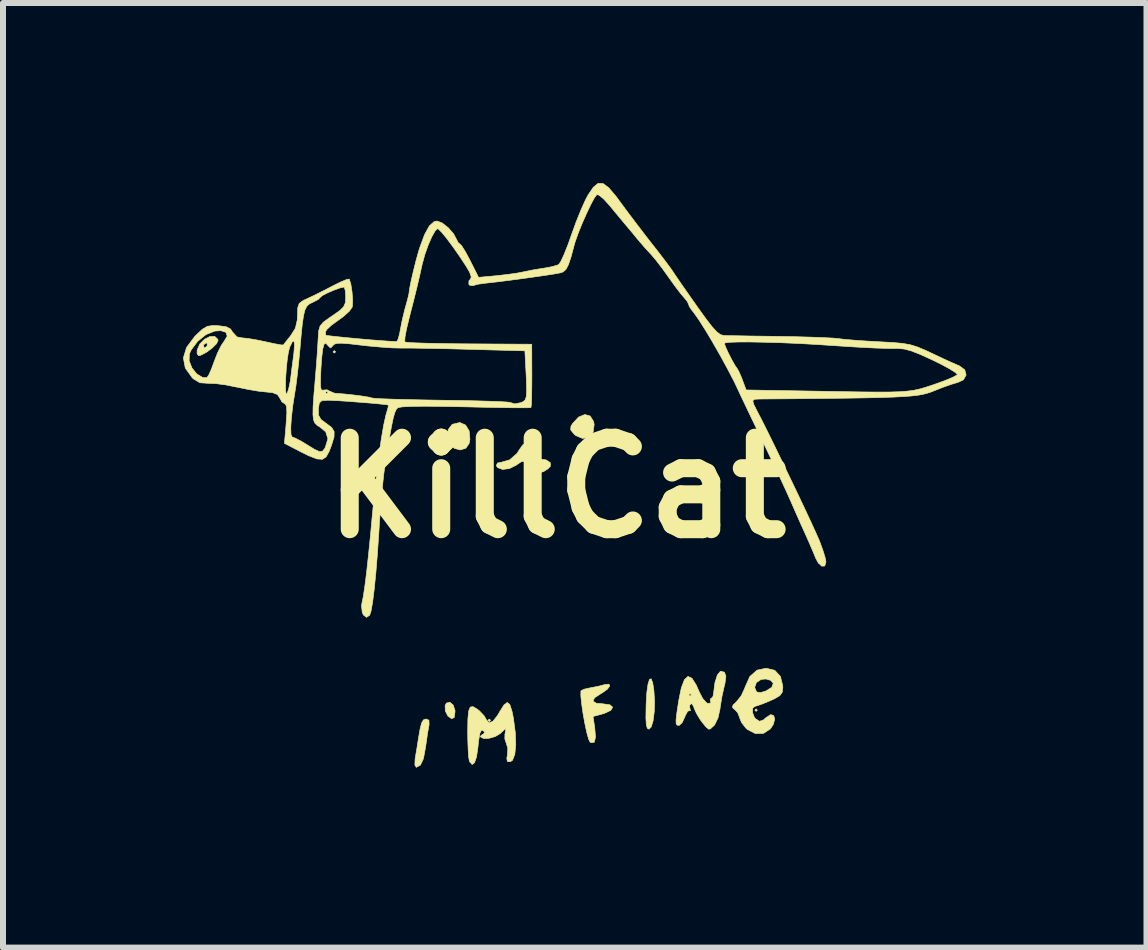
<source format=kicad_pcb>
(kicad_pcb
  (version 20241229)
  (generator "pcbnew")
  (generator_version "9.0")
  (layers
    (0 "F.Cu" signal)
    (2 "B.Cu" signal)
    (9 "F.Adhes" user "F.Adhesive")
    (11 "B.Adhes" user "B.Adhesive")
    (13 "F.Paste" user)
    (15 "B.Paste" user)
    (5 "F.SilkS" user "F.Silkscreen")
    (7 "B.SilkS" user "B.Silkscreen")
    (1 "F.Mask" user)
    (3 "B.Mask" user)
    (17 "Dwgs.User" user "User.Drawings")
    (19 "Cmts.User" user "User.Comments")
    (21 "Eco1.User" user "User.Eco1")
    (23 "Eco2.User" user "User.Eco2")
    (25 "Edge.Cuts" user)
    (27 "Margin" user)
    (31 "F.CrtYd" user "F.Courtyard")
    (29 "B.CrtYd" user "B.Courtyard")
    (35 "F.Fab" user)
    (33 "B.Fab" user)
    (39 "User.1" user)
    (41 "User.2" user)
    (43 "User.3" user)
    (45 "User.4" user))
  (footprint "KillCat"
    (layer "F.Cu")
    (at 6.224 5.077)
    (property "Reference" "KillCat" (at 0 0 0) (layer "F.SilkS") (effects (font (size 1.524 1.524) (thickness 0.3))))
    (attr through_hole)
    (fp_poly (pts (xy -3.683 -2.265) (xy -3.704 -2.244) (xy -3.725 -2.265) (xy -3.704 -2.286) (xy -3.683 -2.265)) (stroke (width 0.01) (type solid)) (fill yes) (layer "F.SilkS"))
    (fp_poly (pts (xy -1.101 3.873) (xy -1.122 3.895) (xy -1.143 3.873) (xy -1.122 3.852) (xy -1.101 3.873)) (stroke (width 0.01) (type solid)) (fill yes) (layer "F.SilkS"))
    (fp_poly (pts (xy 3.344 3.704) (xy 3.323 3.725) (xy 3.302 3.704) (xy 3.323 3.683) (xy 3.344 3.704)) (stroke (width 0.01) (type solid)) (fill yes) (layer "F.SilkS"))
    (fp_poly (pts (xy -1.724 3.619) (xy -1.694 3.707) (xy -1.693 3.73) (xy -1.707 3.828) (xy -1.75 3.847) (xy -1.812 3.802) (xy -1.855 3.718) (xy -1.858 3.626) (xy -1.837 3.587) (xy -1.779 3.572) (xy -1.724 3.619)) (stroke (width 0.01) (type solid)) (fill yes) (layer "F.SilkS"))
    (fp_poly (pts (xy -1.518 -1.046) (xy -1.458 -0.949) (xy -1.445 -0.81) (xy -1.457 -0.741) (xy -1.512 -0.66) (xy -1.605 -0.631) (xy -1.705 -0.657) (xy -1.768 -0.719) (xy -1.816 -0.849) (xy -1.807 -0.97) (xy -1.743 -1.054) (xy -1.734 -1.059) (xy -1.614 -1.088) (xy -1.518 -1.046)) (stroke (width 0.01) (type solid)) (fill yes) (layer "F.SilkS"))
    (fp_poly (pts (xy 0.558 -1.196) (xy 0.615 -1.106) (xy 0.625 -1.054) (xy 0.607 -0.925) (xy 0.535 -0.845) (xy 0.431 -0.823) (xy 0.319 -0.87) (xy 0.291 -0.894) (xy 0.234 -0.964) (xy 0.238 -1.025) (xy 0.265 -1.07) (xy 0.366 -1.179) (xy 0.47 -1.221) (xy 0.558 -1.196)) (stroke (width 0.01) (type solid)) (fill yes) (layer "F.SilkS"))
    (fp_poly (pts (xy 1.6 3.247) (xy 1.62 3.374) (xy 1.631 3.557) (xy 1.626 3.732) (xy 1.607 3.881) (xy 1.576 3.984) (xy 1.538 4.022) (xy 1.51 4.005) (xy 1.494 3.948) (xy 1.487 3.835) (xy 1.49 3.655) (xy 1.491 3.612) (xy 1.502 3.413) (xy 1.522 3.271) (xy 1.547 3.192) (xy 1.574 3.182) (xy 1.6 3.247)) (stroke (width 0.01) (type solid)) (fill yes) (layer "F.SilkS"))
    (fp_poly (pts (xy -2.128 3.872) (xy -2.125 3.945) (xy -2.13 3.973) (xy -2.15 4.087) (xy -2.172 4.239) (xy -2.184 4.323) (xy -2.219 4.511) (xy -2.27 4.62) (xy -2.338 4.657) (xy -2.339 4.657) (xy -2.362 4.619) (xy -2.358 4.518) (xy -2.355 4.498) (xy -2.329 4.344) (xy -2.305 4.193) (xy -2.305 4.191) (xy -2.276 4.021) (xy -2.25 3.919) (xy -2.221 3.868) (xy -2.183 3.853) (xy -2.174 3.852) (xy -2.128 3.872)) (stroke (width 0.01) (type solid)) (fill yes) (layer "F.SilkS"))
    (fp_poly (pts (xy -5.646 -2.474) (xy -5.641 -2.455) (xy -5.667 -2.4) (xy -5.742 -2.326) (xy -5.837 -2.256) (xy -5.928 -2.209) (xy -5.966 -2.201) (xy -5.991 -2.236) (xy -5.989 -2.297) (xy -5.956 -2.371) (xy -5.884 -2.371) (xy -5.87 -2.329) (xy -5.866 -2.328) (xy -5.83 -2.358) (xy -5.821 -2.371) (xy -5.824 -2.41) (xy -5.84 -2.413) (xy -5.883 -2.382) (xy -5.884 -2.371) (xy -5.956 -2.371) (xy -5.945 -2.397) (xy -5.867 -2.475) (xy -5.778 -2.52) (xy -5.697 -2.523) (xy -5.646 -2.474)) (stroke (width 0.01) (type solid)) (fill yes) (layer "F.SilkS"))
    (fp_poly (pts (xy -0.507 -0.72) (xy -0.47 -0.636) (xy -0.465 -0.614) (xy -0.437 -0.525) (xy -0.376 -0.49) (xy -0.306 -0.484) (xy -0.177 -0.465) (xy -0.107 -0.42) (xy -0.104 -0.359) (xy -0.146 -0.315) (xy -0.218 -0.27) (xy -0.252 -0.26) (xy -0.308 -0.272) (xy -0.371 -0.284) (xy -0.466 -0.333) (xy -0.51 -0.384) (xy -0.543 -0.436) (xy -0.581 -0.439) (xy -0.653 -0.392) (xy -0.673 -0.377) (xy -0.788 -0.32) (xy -0.901 -0.306) (xy -0.984 -0.337) (xy -1.006 -0.37) (xy -0.985 -0.413) (xy -0.924 -0.425) (xy -0.782 -0.466) (xy -0.66 -0.573) (xy -0.619 -0.639) (xy -0.558 -0.722) (xy -0.507 -0.72)) (stroke (width 0.01) (type solid)) (fill yes) (layer "F.SilkS"))
    (fp_poly (pts (xy 0.885 3.301) (xy 0.846 3.355) (xy 0.761 3.416) (xy 0.738 3.429) (xy 0.631 3.499) (xy 0.606 3.554) (xy 0.661 3.589) (xy 0.762 3.598) (xy 0.886 3.615) (xy 0.933 3.655) (xy 0.903 3.707) (xy 0.796 3.758) (xy 0.769 3.766) (xy 0.606 3.81) (xy 0.635 3.999) (xy 0.647 4.157) (xy 0.626 4.24) (xy 0.572 4.245) (xy 0.557 4.238) (xy 0.532 4.186) (xy 0.501 4.074) (xy 0.469 3.923) (xy 0.439 3.756) (xy 0.416 3.596) (xy 0.403 3.466) (xy 0.404 3.389) (xy 0.407 3.381) (xy 0.455 3.356) (xy 0.552 3.334) (xy 0.561 3.332) (xy 0.693 3.307) (xy 0.799 3.279) (xy 0.871 3.271) (xy 0.885 3.301)) (stroke (width 0.01) (type solid)) (fill yes) (layer "F.SilkS"))
    (fp_poly (pts (xy -0.78 3.611) (xy -0.743 3.726) (xy -0.72 3.84) (xy -0.689 4.078) (xy -0.681 4.282) (xy -0.697 4.44) (xy -0.735 4.539) (xy -0.772 4.564) (xy -0.821 4.56) (xy -0.83 4.508) (xy -0.82 4.448) (xy -0.814 4.34) (xy -0.836 4.265) (xy -0.863 4.185) (xy -0.862 4.109) (xy -0.845 4.005) (xy -0.941 4.095) (xy -1.023 4.144) (xy -1.125 4.173) (xy -1.216 4.177) (xy -1.267 4.151) (xy -1.27 4.138) (xy -1.237 4.108) (xy -1.225 4.106) (xy -1.201 4.08) (xy -1.208 4.061) (xy -1.246 4.033) (xy -1.277 4.084) (xy -1.301 4.217) (xy -1.312 4.329) (xy -1.335 4.483) (xy -1.368 4.58) (xy -1.408 4.61) (xy -1.449 4.565) (xy -1.455 4.549) (xy -1.467 4.479) (xy -1.475 4.346) (xy -1.481 4.173) (xy -1.482 4.061) (xy -1.479 3.852) (xy -1.466 3.719) (xy -1.439 3.653) (xy -1.393 3.646) (xy -1.322 3.688) (xy -1.287 3.716) (xy -1.209 3.798) (xy -1.172 3.862) (xy -1.127 3.915) (xy -1.063 3.891) (xy -0.984 3.792) (xy -0.953 3.738) (xy -0.879 3.619) (xy -0.823 3.576) (xy -0.78 3.611)) (stroke (width 0.01) (type solid)) (fill yes) (layer "F.SilkS"))
    (fp_poly (pts (xy 3.634 3.041) (xy 3.728 3.142) (xy 3.767 3.3) (xy 3.768 3.325) (xy 3.759 3.405) (xy 3.719 3.461) (xy 3.629 3.515) (xy 3.556 3.548) (xy 3.43 3.6) (xy 3.335 3.633) (xy 3.302 3.641) (xy 3.266 3.673) (xy 3.264 3.746) (xy 3.294 3.824) (xy 3.31 3.844) (xy 3.379 3.89) (xy 3.445 3.868) (xy 3.489 3.828) (xy 3.566 3.779) (xy 3.616 3.794) (xy 3.633 3.855) (xy 3.61 3.942) (xy 3.562 4.015) (xy 3.446 4.092) (xy 3.311 4.095) (xy 3.177 4.026) (xy 3.152 4.002) (xy 3.081 3.912) (xy 3.048 3.832) (xy 3.048 3.827) (xy 3.016 3.746) (xy 2.974 3.702) (xy 2.928 3.659) (xy 2.939 3.618) (xy 2.998 3.563) (xy 3.076 3.464) (xy 3.135 3.335) (xy 3.137 3.327) (xy 3.299 3.327) (xy 3.331 3.401) (xy 3.394 3.413) (xy 3.487 3.385) (xy 3.575 3.33) (xy 3.585 3.322) (xy 3.609 3.259) (xy 3.569 3.209) (xy 3.485 3.185) (xy 3.408 3.192) (xy 3.327 3.245) (xy 3.299 3.327) (xy 3.137 3.327) (xy 3.138 3.324) (xy 3.218 3.144) (xy 3.339 3.038) (xy 3.49 3.006) (xy 3.634 3.041)) (stroke (width 0.01) (type solid)) (fill yes) (layer "F.SilkS"))
    (fp_poly (pts (xy 2.791 3.071) (xy 2.797 3.076) (xy 2.82 3.141) (xy 2.804 3.26) (xy 2.792 3.307) (xy 2.754 3.476) (xy 2.725 3.655) (xy 2.722 3.683) (xy 2.689 3.832) (xy 2.632 3.951) (xy 2.562 4.016) (xy 2.535 4.022) (xy 2.493 3.99) (xy 2.426 3.909) (xy 2.393 3.864) (xy 2.328 3.756) (xy 2.29 3.672) (xy 2.286 3.652) (xy 2.257 3.602) (xy 2.239 3.598) (xy 2.212 3.63) (xy 2.22 3.671) (xy 2.229 3.716) (xy 2.215 3.711) (xy 2.182 3.724) (xy 2.143 3.797) (xy 2.135 3.818) (xy 2.091 3.912) (xy 2.045 3.957) (xy 2.039 3.958) (xy 2.007 3.954) (xy 1.991 3.93) (xy 1.989 3.872) (xy 2.001 3.764) (xy 2.027 3.589) (xy 2.032 3.556) (xy 2.053 3.45) (xy 2.201 3.45) (xy 2.223 3.471) (xy 2.244 3.45) (xy 2.223 3.429) (xy 2.201 3.45) (xy 2.053 3.45) (xy 2.077 3.334) (xy 2.129 3.196) (xy 2.188 3.142) (xy 2.254 3.173) (xy 2.327 3.288) (xy 2.375 3.399) (xy 2.433 3.51) (xy 2.496 3.581) (xy 2.519 3.592) (xy 2.569 3.586) (xy 2.564 3.56) (xy 2.558 3.518) (xy 2.571 3.514) (xy 2.604 3.478) (xy 2.612 3.44) (xy 2.637 3.247) (xy 2.678 3.117) (xy 2.73 3.055) (xy 2.791 3.071)) (stroke (width 0.01) (type solid)) (fill yes) (layer "F.SilkS"))
    (fp_poly (pts (xy 0.772 -5.07) (xy 0.867 -5) (xy 0.987 -4.859) (xy 1.06 -4.76) (xy 1.192 -4.582) (xy 1.351 -4.371) (xy 1.511 -4.163) (xy 1.582 -4.072) (xy 1.708 -3.911) (xy 1.82 -3.764) (xy 1.904 -3.651) (xy 1.94 -3.598) (xy 1.989 -3.525) (xy 2.075 -3.399) (xy 2.188 -3.237) (xy 2.316 -3.055) (xy 2.343 -3.016) (xy 2.485 -2.819) (xy 2.59 -2.683) (xy 2.669 -2.597) (xy 2.73 -2.552) (xy 2.784 -2.537) (xy 2.79 -2.537) (xy 2.865 -2.535) (xy 3.011 -2.533) (xy 3.21 -2.529) (xy 3.448 -2.526) (xy 3.711 -2.522) (xy 3.725 -2.522) (xy 3.992 -2.517) (xy 4.238 -2.51) (xy 4.449 -2.502) (xy 4.607 -2.494) (xy 4.698 -2.485) (xy 4.699 -2.485) (xy 4.799 -2.473) (xy 4.961 -2.459) (xy 5.163 -2.445) (xy 5.374 -2.433) (xy 5.599 -2.421) (xy 5.764 -2.406) (xy 5.893 -2.383) (xy 6.01 -2.347) (xy 6.139 -2.293) (xy 6.251 -2.241) (xy 6.42 -2.161) (xy 6.572 -2.091) (xy 6.682 -2.043) (xy 6.708 -2.033) (xy 6.799 -1.966) (xy 6.822 -1.879) (xy 6.777 -1.799) (xy 6.687 -1.757) (xy 6.58 -1.725) (xy 6.431 -1.673) (xy 6.296 -1.619) (xy 6.235 -1.595) (xy 6.173 -1.575) (xy 6.103 -1.557) (xy 6.018 -1.542) (xy 5.911 -1.53) (xy 5.776 -1.52) (xy 5.606 -1.511) (xy 5.393 -1.504) (xy 5.13 -1.498) (xy 4.812 -1.493) (xy 4.43 -1.489) (xy 3.978 -1.484) (xy 3.45 -1.48) (xy 3.376 -1.479) (xy 3.297 -1.475) (xy 3.267 -1.45) (xy 3.285 -1.387) (xy 3.341 -1.276) (xy 3.417 -1.13) (xy 3.517 -0.93) (xy 3.634 -0.692) (xy 3.762 -0.428) (xy 3.894 -0.154) (xy 4.024 0.117) (xy 4.143 0.369) (xy 4.246 0.59) (xy 4.326 0.765) (xy 4.376 0.879) (xy 4.379 0.886) (xy 4.434 1.035) (xy 4.473 1.161) (xy 4.487 1.235) (xy 4.467 1.302) (xy 4.418 1.306) (xy 4.359 1.252) (xy 4.317 1.175) (xy 4.271 1.062) (xy 4.205 0.909) (xy 4.149 0.783) (xy 4.074 0.618) (xy 4.002 0.455) (xy 3.96 0.36) (xy 3.89 0.2) (xy 3.818 0.04) (xy 3.736 -0.137) (xy 3.638 -0.346) (xy 3.515 -0.602) (xy 3.397 -0.847) (xy 3.291 -1.068) (xy 3.195 -1.268) (xy 3.117 -1.432) (xy 3.063 -1.545) (xy 3.044 -1.587) (xy 2.96 -1.765) (xy 2.851 -1.974) (xy 2.728 -2.2) (xy 2.61 -2.406) (xy 2.794 -2.406) (xy 2.813 -2.35) (xy 2.858 -2.251) (xy 2.916 -2.137) (xy 2.97 -2.041) (xy 3.006 -1.99) (xy 3.006 -1.99) (xy 3.035 -1.94) (xy 3.078 -1.841) (xy 3.094 -1.799) (xy 3.157 -1.63) (xy 4.383 -1.609) (xy 4.778 -1.602) (xy 5.098 -1.597) (xy 5.354 -1.595) (xy 5.558 -1.596) (xy 5.718 -1.601) (xy 5.846 -1.611) (xy 5.953 -1.625) (xy 6.048 -1.646) (xy 6.143 -1.673) (xy 6.247 -1.707) (xy 6.305 -1.727) (xy 6.466 -1.785) (xy 6.592 -1.837) (xy 6.665 -1.876) (xy 6.676 -1.887) (xy 6.645 -1.92) (xy 6.552 -1.979) (xy 6.412 -2.055) (xy 6.264 -2.128) (xy 6.061 -2.221) (xy 5.91 -2.28) (xy 5.791 -2.312) (xy 5.68 -2.322) (xy 5.618 -2.321) (xy 5.501 -2.322) (xy 5.319 -2.328) (xy 5.092 -2.339) (xy 4.841 -2.354) (xy 4.678 -2.365) (xy 4.36 -2.386) (xy 4.044 -2.404) (xy 3.741 -2.417) (xy 3.461 -2.425) (xy 3.216 -2.43) (xy 3.017 -2.429) (xy 2.875 -2.424) (xy 2.802 -2.413) (xy 2.794 -2.406) (xy 2.61 -2.406) (xy 2.6 -2.424) (xy 2.476 -2.631) (xy 2.367 -2.802) (xy 2.282 -2.923) (xy 2.254 -2.956) (xy 2.209 -3.023) (xy 2.201 -3.051) (xy 2.174 -3.108) (xy 2.126 -3.166) (xy 2.065 -3.237) (xy 1.976 -3.354) (xy 1.875 -3.495) (xy 1.861 -3.514) (xy 1.755 -3.662) (xy 1.651 -3.797) (xy 1.571 -3.891) (xy 1.566 -3.896) (xy 1.462 -4.009) (xy 1.36 -4.129) (xy 1.358 -4.13) (xy 1.258 -4.252) (xy 1.153 -4.377) (xy 1.147 -4.384) (xy 1.057 -4.492) (xy 0.944 -4.628) (xy 0.874 -4.712) (xy 0.782 -4.813) (xy 0.707 -4.875) (xy 0.67 -4.885) (xy 0.63 -4.832) (xy 0.57 -4.721) (xy 0.499 -4.572) (xy 0.425 -4.405) (xy 0.359 -4.241) (xy 0.309 -4.1) (xy 0.294 -4.049) (xy 0.241 -3.85) (xy 0.197 -3.719) (xy 0.156 -3.64) (xy 0.11 -3.598) (xy 0.066 -3.582) (xy -0.014 -3.567) (xy -0.158 -3.544) (xy -0.346 -3.517) (xy -0.558 -3.487) (xy -0.775 -3.458) (xy -0.975 -3.433) (xy -1.14 -3.414) (xy -1.195 -3.408) (xy -1.309 -3.392) (xy -1.386 -3.371) (xy -1.393 -3.368) (xy -1.448 -3.374) (xy -1.463 -3.391) (xy -1.461 -3.451) (xy -1.441 -3.47) (xy -1.422 -3.512) (xy -1.451 -3.595) (xy -1.506 -3.688) (xy -1.612 -3.85) (xy -1.723 -4.008) (xy -1.827 -4.149) (xy -1.914 -4.255) (xy -1.971 -4.312) (xy -1.983 -4.318) (xy -2.024 -4.281) (xy -2.08 -4.182) (xy -2.14 -4.044) (xy -2.196 -3.886) (xy -2.239 -3.729) (xy -2.24 -3.725) (xy -2.283 -3.531) (xy -2.327 -3.344) (xy -2.378 -3.138) (xy -2.443 -2.884) (xy -2.463 -2.804) (xy -2.502 -2.643) (xy -2.526 -2.515) (xy -2.531 -2.44) (xy -2.528 -2.43) (xy -2.481 -2.422) (xy -2.36 -2.415) (xy -2.179 -2.409) (xy -1.948 -2.404) (xy -1.679 -2.4) (xy -1.459 -2.398) (xy -0.415 -2.392) (xy -0.413 -1.872) (xy -0.414 -1.672) (xy -0.417 -1.505) (xy -0.421 -1.388) (xy -0.428 -1.338) (xy -0.428 -1.337) (xy -0.473 -1.334) (xy -0.591 -1.333) (xy -0.771 -1.334) (xy -1.001 -1.338) (xy -1.27 -1.343) (xy -1.52 -1.349) (xy -1.895 -1.356) (xy -2.198 -1.359) (xy -2.426 -1.356) (xy -2.576 -1.348) (xy -2.645 -1.335) (xy -2.648 -1.333) (xy -2.673 -1.304) (xy -2.697 -1.251) (xy -2.722 -1.164) (xy -2.75 -1.032) (xy -2.784 -0.844) (xy -2.826 -0.59) (xy -2.857 -0.402) (xy -2.88 -0.229) (xy -2.905 0.006) (xy -2.929 0.277) (xy -2.951 0.561) (xy -2.962 0.741) (xy -2.986 1.097) (xy -3.012 1.416) (xy -3.039 1.688) (xy -3.066 1.903) (xy -3.092 2.052) (xy -3.115 2.123) (xy -3.168 2.158) (xy -3.22 2.118) (xy -3.239 2.074) (xy -3.251 1.968) (xy -3.243 1.916) (xy -3.222 1.815) (xy -3.196 1.642) (xy -3.166 1.406) (xy -3.135 1.12) (xy -3.102 0.794) (xy -3.07 0.445) (xy -3.036 0.097) (xy -2.999 -0.241) (xy -2.959 -0.554) (xy -2.919 -0.83) (xy -2.88 -1.053) (xy -2.845 -1.211) (xy -2.835 -1.245) (xy -2.809 -1.334) (xy -2.804 -1.378) (xy -2.804 -1.379) (xy -2.849 -1.386) (xy -2.958 -1.398) (xy -3.111 -1.412) (xy -3.289 -1.426) (xy -3.471 -1.44) (xy -3.637 -1.451) (xy -3.766 -1.457) (xy -3.81 -1.459) (xy -3.91 -1.453) (xy -3.954 -1.414) (xy -3.969 -1.318) (xy -3.97 -1.312) (xy -3.967 -1.209) (xy -3.926 -1.138) (xy -3.832 -1.068) (xy -3.748 -1.005) (xy -3.707 -0.937) (xy -3.709 -0.845) (xy -3.751 -0.709) (xy -3.792 -0.603) (xy -3.84 -0.516) (xy -3.901 -0.475) (xy -3.993 -0.481) (xy -4.13 -0.534) (xy -4.268 -0.602) (xy -4.535 -0.741) (xy -4.512 -1.002) (xy -4.43 -1.002) (xy -4.426 -0.89) (xy -4.408 -0.847) (xy -4.406 -0.847) (xy -4.349 -0.825) (xy -4.247 -0.771) (xy -4.163 -0.72) (xy -4.032 -0.639) (xy -3.951 -0.603) (xy -3.903 -0.608) (xy -3.866 -0.652) (xy -3.854 -0.675) (xy -3.811 -0.817) (xy -3.848 -0.933) (xy -3.937 -1.007) (xy -3.991 -1.041) (xy -4.028 -1.078) (xy -4.051 -1.133) (xy -4.06 -1.219) (xy -4.058 -1.348) (xy -4.045 -1.536) (xy -4.041 -1.587) (xy -3.852 -1.587) (xy -3.831 -1.566) (xy -3.81 -1.587) (xy -3.831 -1.609) (xy -3.852 -1.587) (xy -4.041 -1.587) (xy -4.023 -1.794) (xy -4.023 -1.796) (xy -3.935 -1.796) (xy -3.933 -1.68) (xy -3.92 -1.629) (xy -3.899 -1.627) (xy -3.825 -1.633) (xy -3.798 -1.618) (xy -3.71 -1.579) (xy -3.683 -1.574) (xy -3.537 -1.563) (xy -3.377 -1.546) (xy -3.231 -1.527) (xy -3.123 -1.509) (xy -3.081 -1.497) (xy -3.03 -1.49) (xy -2.906 -1.483) (xy -2.721 -1.476) (xy -2.485 -1.47) (xy -2.211 -1.464) (xy -1.92 -1.459) (xy -1.62 -1.455) (xy -1.348 -1.449) (xy -1.116 -1.442) (xy -0.935 -1.435) (xy -0.816 -1.428) (xy -0.772 -1.421) (xy -0.697 -1.398) (xy -0.591 -1.42) (xy -0.558 -1.435) (xy -0.525 -1.464) (xy -0.506 -1.517) (xy -0.499 -1.612) (xy -0.503 -1.765) (xy -0.508 -1.878) (xy -0.529 -2.282) (xy -1.46 -2.307) (xy -1.747 -2.315) (xy -2.019 -2.321) (xy -2.258 -2.325) (xy -2.451 -2.328) (xy -2.579 -2.328) (xy -2.603 -2.328) (xy -2.739 -2.331) (xy -2.928 -2.344) (xy -3.139 -2.363) (xy -3.252 -2.376) (xy -3.452 -2.399) (xy -3.585 -2.409) (xy -3.665 -2.406) (xy -3.71 -2.389) (xy -3.728 -2.368) (xy -3.767 -2.329) (xy -3.805 -2.365) (xy -3.808 -2.369) (xy -3.846 -2.41) (xy -3.876 -2.391) (xy -3.899 -2.305) (xy -3.916 -2.146) (xy -3.927 -1.985) (xy -3.935 -1.796) (xy -4.023 -1.796) (xy -4.023 -1.799) (xy -4.005 -2.017) (xy -3.989 -2.23) (xy -3.978 -2.408) (xy -3.973 -2.49) (xy -3.965 -2.614) (xy -3.941 -2.695) (xy -3.886 -2.76) (xy -3.781 -2.836) (xy -3.739 -2.864) (xy -3.615 -2.951) (xy -3.548 -3.017) (xy -3.519 -3.087) (xy -3.514 -3.179) (xy -3.521 -3.284) (xy -3.538 -3.341) (xy -3.544 -3.344) (xy -3.612 -3.329) (xy -3.714 -3.292) (xy -3.822 -3.245) (xy -3.906 -3.201) (xy -3.937 -3.174) (xy -3.972 -3.138) (xy -4.056 -3.094) (xy -4.062 -3.091) (xy -4.119 -3.064) (xy -4.161 -3.026) (xy -4.193 -2.966) (xy -4.217 -2.869) (xy -4.238 -2.724) (xy -4.259 -2.516) (xy -4.275 -2.328) (xy -4.296 -2.106) (xy -4.32 -1.888) (xy -4.343 -1.704) (xy -4.358 -1.609) (xy -4.395 -1.375) (xy -4.419 -1.169) (xy -4.43 -1.002) (xy -4.512 -1.002) (xy -4.507 -1.069) (xy -4.495 -1.25) (xy -4.5 -1.357) (xy -4.522 -1.396) (xy -4.527 -1.397) (xy -4.577 -1.432) (xy -4.61 -1.491) (xy -4.651 -1.554) (xy -4.733 -1.585) (xy -4.828 -1.595) (xy -4.963 -1.609) (xy -5.141 -1.639) (xy -5.326 -1.677) (xy -5.332 -1.678) (xy -5.438 -1.699) (xy -4.518 -1.699) (xy -4.514 -1.602) (xy -4.503 -1.559) (xy -4.493 -1.566) (xy -4.465 -1.646) (xy -4.439 -1.77) (xy -4.432 -1.82) (xy -4.412 -1.983) (xy -4.388 -2.166) (xy -4.379 -2.233) (xy -4.367 -2.375) (xy -4.375 -2.444) (xy -4.401 -2.438) (xy -4.444 -2.351) (xy -4.449 -2.339) (xy -4.47 -2.254) (xy -4.489 -2.128) (xy -4.504 -1.982) (xy -4.514 -1.832) (xy -4.518 -1.699) (xy -5.438 -1.699) (xy -5.51 -1.714) (xy -5.679 -1.736) (xy -5.803 -1.741) (xy -5.809 -1.741) (xy -5.944 -1.75) (xy -6.05 -1.814) (xy -6.072 -1.834) (xy -6.187 -1.995) (xy -6.21 -2.116) (xy -6.123 -2.116) (xy -6.076 -1.996) (xy -5.994 -1.896) (xy -5.897 -1.837) (xy -5.828 -1.835) (xy -5.797 -1.877) (xy -5.752 -1.977) (xy -5.708 -2.097) (xy -5.65 -2.246) (xy -5.587 -2.373) (xy -5.544 -2.435) (xy -5.489 -2.526) (xy -5.509 -2.59) (xy -5.597 -2.618) (xy -5.696 -2.611) (xy -5.842 -2.553) (xy -5.983 -2.439) (xy -6.09 -2.295) (xy -6.119 -2.23) (xy -6.123 -2.116) (xy -6.21 -2.116) (xy -6.219 -2.163) (xy -6.166 -2.338) (xy -6.03 -2.521) (xy -6.008 -2.543) (xy -5.903 -2.641) (xy -5.821 -2.69) (xy -5.728 -2.704) (xy -5.639 -2.701) (xy -5.507 -2.684) (xy -5.433 -2.646) (xy -5.398 -2.593) (xy -5.325 -2.514) (xy -5.242 -2.498) (xy -5.142 -2.488) (xy -4.993 -2.463) (xy -4.845 -2.432) (xy -4.703 -2.401) (xy -4.599 -2.382) (xy -4.555 -2.379) (xy -4.554 -2.379) (xy -4.525 -2.417) (xy -4.462 -2.496) (xy -4.432 -2.533) (xy -4.353 -2.658) (xy -4.321 -2.796) (xy -4.318 -2.877) (xy -4.313 -3.002) (xy -4.288 -3.073) (xy -4.224 -3.12) (xy -4.159 -3.15) (xy -4.038 -3.207) (xy -3.879 -3.286) (xy -3.735 -3.361) (xy -3.603 -3.427) (xy -3.503 -3.469) (xy -3.455 -3.478) (xy -3.454 -3.476) (xy -3.429 -3.394) (xy -3.409 -3.266) (xy -3.399 -3.131) (xy -3.403 -3.027) (xy -3.407 -3.009) (xy -3.456 -2.94) (xy -3.554 -2.852) (xy -3.643 -2.788) (xy -3.756 -2.706) (xy -3.832 -2.634) (xy -3.852 -2.596) (xy -3.846 -2.544) (xy -3.842 -2.539) (xy -3.689 -2.521) (xy -3.502 -2.502) (xy -3.299 -2.483) (xy -3.097 -2.465) (xy -2.915 -2.451) (xy -2.77 -2.441) (xy -2.68 -2.437) (xy -2.66 -2.439) (xy -2.637 -2.487) (xy -2.612 -2.589) (xy -2.604 -2.635) (xy -2.573 -2.793) (xy -2.531 -2.967) (xy -2.517 -3.017) (xy -2.484 -3.137) (xy -2.464 -3.22) (xy -2.46 -3.24) (xy -2.451 -3.314) (xy -2.425 -3.445) (xy -2.387 -3.609) (xy -2.344 -3.781) (xy -2.301 -3.936) (xy -2.282 -3.998) (xy -2.2 -4.22) (xy -2.121 -4.363) (xy -2.042 -4.434) (xy -1.994 -4.445) (xy -1.908 -4.413) (xy -1.806 -4.333) (xy -1.717 -4.231) (xy -1.671 -4.144) (xy -1.636 -4.078) (xy -1.613 -4.064) (xy -1.58 -4.029) (xy -1.522 -3.936) (xy -1.451 -3.805) (xy -1.441 -3.785) (xy -1.301 -3.506) (xy -1 -3.534) (xy -0.823 -3.554) (xy -0.659 -3.577) (xy -0.55 -3.598) (xy -0.41 -3.627) (xy -0.248 -3.654) (xy -0.212 -3.659) (xy -0.083 -3.683) (xy 0.014 -3.711) (xy 0.035 -3.721) (xy 0.071 -3.773) (xy 0.124 -3.888) (xy 0.188 -4.049) (xy 0.248 -4.217) (xy 0.323 -4.426) (xy 0.404 -4.627) (xy 0.479 -4.794) (xy 0.524 -4.879) (xy 0.611 -5.007) (xy 0.69 -5.072) (xy 0.772 -5.07)) (stroke (width 0.01) (type solid)) (fill yes) (layer "F.SilkS")))
  (gr_rect
    (start -3 -3)
    (end 16.051 12.738)
    (stroke (width 0.1) (type default))
    (fill no)
    (layer "Edge.Cuts")))
</source>
